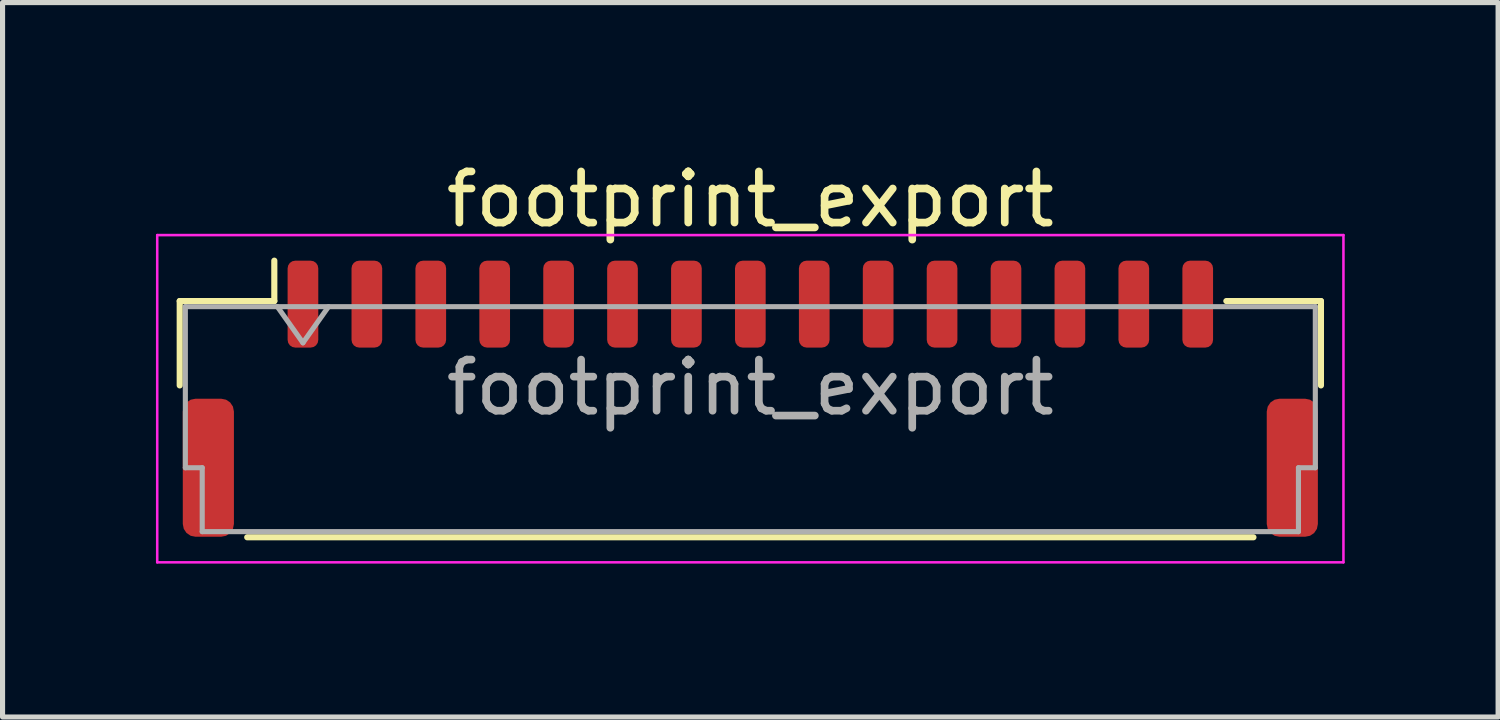
<source format=kicad_pcb>
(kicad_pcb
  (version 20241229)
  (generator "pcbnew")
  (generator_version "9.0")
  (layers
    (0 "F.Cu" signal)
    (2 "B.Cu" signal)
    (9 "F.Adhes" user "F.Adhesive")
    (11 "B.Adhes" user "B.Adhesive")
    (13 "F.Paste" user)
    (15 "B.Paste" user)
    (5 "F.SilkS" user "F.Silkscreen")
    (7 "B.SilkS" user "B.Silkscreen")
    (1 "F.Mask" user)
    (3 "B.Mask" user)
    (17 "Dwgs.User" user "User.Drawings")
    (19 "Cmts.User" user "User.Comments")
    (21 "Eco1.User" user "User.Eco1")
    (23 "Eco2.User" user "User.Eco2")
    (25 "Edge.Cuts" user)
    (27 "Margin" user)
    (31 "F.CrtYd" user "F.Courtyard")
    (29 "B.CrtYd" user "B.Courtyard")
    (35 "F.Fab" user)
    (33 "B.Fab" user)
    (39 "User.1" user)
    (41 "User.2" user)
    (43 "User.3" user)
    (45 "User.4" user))
  (footprint "footprint_export"
    (layer "F.Cu")
    (at 11.625 4.748)
    (property "Reference" "footprint_export" (at 0 -3.9 0) (layer "F.SilkS") (effects (font (size 1 1) (thickness 0.15))))
    (attr smd)
    (fp_line (start -11.16 -1.91) (end -9.31 -1.91) (stroke (width 0.12) (type solid)) (layer "F.SilkS"))
    (fp_line (start -11.16 -0.26) (end -11.16 -1.91) (stroke (width 0.12) (type solid)) (layer "F.SilkS"))
    (fp_line (start -9.84 2.71) (end 9.84 2.71) (stroke (width 0.12) (type solid)) (layer "F.SilkS"))
    (fp_line (start -9.31 -1.91) (end -9.31 -2.7) (stroke (width 0.12) (type solid)) (layer "F.SilkS"))
    (fp_line (start 11.16 -1.91) (end 9.31 -1.91) (stroke (width 0.12) (type solid)) (layer "F.SilkS"))
    (fp_line (start 11.16 -0.26) (end 11.16 -1.91) (stroke (width 0.12) (type solid)) (layer "F.SilkS"))
    (fp_line (start -11.6 -3.2) (end -11.6 3.2) (stroke (width 0.05) (type solid)) (layer "F.CrtYd"))
    (fp_line (start -11.6 3.2) (end 11.6 3.2) (stroke (width 0.05) (type solid)) (layer "F.CrtYd"))
    (fp_line (start 11.6 -3.2) (end -11.6 -3.2) (stroke (width 0.05) (type solid)) (layer "F.CrtYd"))
    (fp_line (start 11.6 3.2) (end 11.6 -3.2) (stroke (width 0.05) (type solid)) (layer "F.CrtYd"))
    (fp_line (start -11.05 -1.8) (end -11.05 1.35) (stroke (width 0.1) (type solid)) (layer "F.Fab"))
    (fp_line (start -11.05 -1.8) (end 11.05 -1.8) (stroke (width 0.1) (type solid)) (layer "F.Fab"))
    (fp_line (start -11.05 1.35) (end -10.72 1.35) (stroke (width 0.1) (type solid)) (layer "F.Fab"))
    (fp_line (start -10.72 1.35) (end -10.72 2.6) (stroke (width 0.1) (type solid)) (layer "F.Fab"))
    (fp_line (start -10.72 2.6) (end 10.72 2.6) (stroke (width 0.1) (type solid)) (layer "F.Fab"))
    (fp_line (start -9.25 -1.8) (end -8.75 -1.093) (stroke (width 0.1) (type solid)) (layer "F.Fab"))
    (fp_line (start -8.75 -1.093) (end -8.25 -1.8) (stroke (width 0.1) (type solid)) (layer "F.Fab"))
    (fp_line (start 10.72 1.35) (end 11.05 1.35) (stroke (width 0.1) (type solid)) (layer "F.Fab"))
    (fp_line (start 10.72 2.6) (end 10.72 1.35) (stroke (width 0.1) (type solid)) (layer "F.Fab"))
    (fp_line (start 11.05 -1.8) (end 11.05 1.35) (stroke (width 0.1) (type solid)) (layer "F.Fab"))
    (fp_text user "${REFERENCE}" (at 0 -0.22 0) (layer "F.Fab") (effects (font (size 1 1) (thickness 0.15))))
    (pad "1" smd roundrect (at -8.75 -1.85) (size 0.6 1.7) (layers "F.Cu" "F.Mask" "F.Paste") (roundrect_rratio 0.25))
    (pad "2" smd roundrect (at -7.5 -1.85) (size 0.6 1.7) (layers "F.Cu" "F.Mask" "F.Paste") (roundrect_rratio 0.25))
    (pad "3" smd roundrect (at -6.25 -1.85) (size 0.6 1.7) (layers "F.Cu" "F.Mask" "F.Paste") (roundrect_rratio 0.25))
    (pad "4" smd roundrect (at -5 -1.85) (size 0.6 1.7) (layers "F.Cu" "F.Mask" "F.Paste") (roundrect_rratio 0.25))
    (pad "5" smd roundrect (at -3.75 -1.85) (size 0.6 1.7) (layers "F.Cu" "F.Mask" "F.Paste") (roundrect_rratio 0.25))
    (pad "6" smd roundrect (at -2.5 -1.85) (size 0.6 1.7) (layers "F.Cu" "F.Mask" "F.Paste") (roundrect_rratio 0.25))
    (pad "7" smd roundrect (at -1.25 -1.85) (size 0.6 1.7) (layers "F.Cu" "F.Mask" "F.Paste") (roundrect_rratio 0.25))
    (pad "8" smd roundrect (at 0 -1.85) (size 0.6 1.7) (layers "F.Cu" "F.Mask" "F.Paste") (roundrect_rratio 0.25))
    (pad "9" smd roundrect (at 1.25 -1.85) (size 0.6 1.7) (layers "F.Cu" "F.Mask" "F.Paste") (roundrect_rratio 0.25))
    (pad "10" smd roundrect (at 2.5 -1.85) (size 0.6 1.7) (layers "F.Cu" "F.Mask" "F.Paste") (roundrect_rratio 0.25))
    (pad "11" smd roundrect (at 3.75 -1.85) (size 0.6 1.7) (layers "F.Cu" "F.Mask" "F.Paste") (roundrect_rratio 0.25))
    (pad "12" smd roundrect (at 5 -1.85) (size 0.6 1.7) (layers "F.Cu" "F.Mask" "F.Paste") (roundrect_rratio 0.25))
    (pad "13" smd roundrect (at 6.25 -1.85) (size 0.6 1.7) (layers "F.Cu" "F.Mask" "F.Paste") (roundrect_rratio 0.25))
    (pad "14" smd roundrect (at 7.5 -1.85) (size 0.6 1.7) (layers "F.Cu" "F.Mask" "F.Paste") (roundrect_rratio 0.25))
    (pad "15" smd roundrect (at 8.75 -1.85) (size 0.6 1.7) (layers "F.Cu" "F.Mask" "F.Paste") (roundrect_rratio 0.25))
    (pad "MP" smd roundrect (at -10.6 1.35) (size 1 2.7) (layers "F.Cu" "F.Mask" "F.Paste") (roundrect_rratio 0.25))
    (pad "MP" smd roundrect (at 10.6 1.35) (size 1 2.7) (layers "F.Cu" "F.Mask" "F.Paste") (roundrect_rratio 0.25)))
  (gr_rect
    (start -3 -3)
    (end 26.25 10.973)
    (stroke (width 0.1) (type default))
    (fill no)
    (layer "Edge.Cuts")))
</source>
